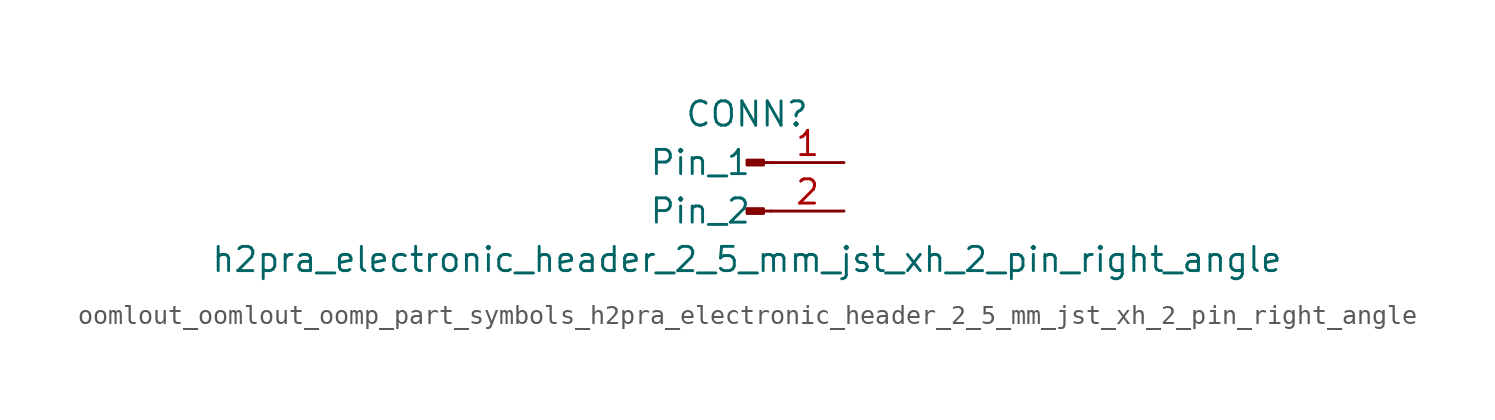
<source format=kicad_sym>
(kicad_symbol_lib
  (version 20220914)
  (generator kicad_symbol_editor)
  (symbol "oomlout_oomlout_oomp_part_symbols_h2pra_electronic_header_2_5_mm_jst_xh_2_pin_right_angle"
    (pin_names
      (offset 1.016))
    (property "Reference" "CONN"
      (at 0 2.54 0)
      (effects (font (size 1.27 1.27))))
    (property "Value" "h2pra_electronic_header_2_5_mm_jst_xh_2_pin_right_angle"
      (at 0 -5.08 0)
      (effects (font (size 1.27 1.27))))
    (property "ki_locked" ""
      (at 0 0 0)
      (effects (font (size 1.27 1.27))))
    (symbol "oomlout_oomlout_oomp_part_symbols_h2pra_electronic_header_2_5_mm_jst_xh_2_pin_right_angle_1_1"
      (polyline (pts (xy 1.27 -2.54) (xy 0.864 -2.54)) (stroke (width 0.152) (type default)) (fill (type none)))
      (polyline (pts (xy 1.27 0) (xy 0.864 0)) (stroke (width 0.152) (type default)) (fill (type none)))
      (rectangle (start 0.864 -2.413) (end 0 -2.667) (stroke (width 0.152) (type default)) (fill (type outline)))
      (rectangle (start 0.864 0.127) (end 0 -0.127) (stroke (width 0.152) (type default)) (fill (type outline)))
      (pin passive line (at 5.08 0 180) (length 3.81) (name "Pin_1" (effects (font (size 1.27 1.27)))) (number "1" (effects (font (size 1.27 1.27)))))
      (pin passive line (at 5.08 -2.54 180) (length 3.81) (name "Pin_2" (effects (font (size 1.27 1.27)))) (number "2" (effects (font (size 1.27 1.27))))))))
</source>
